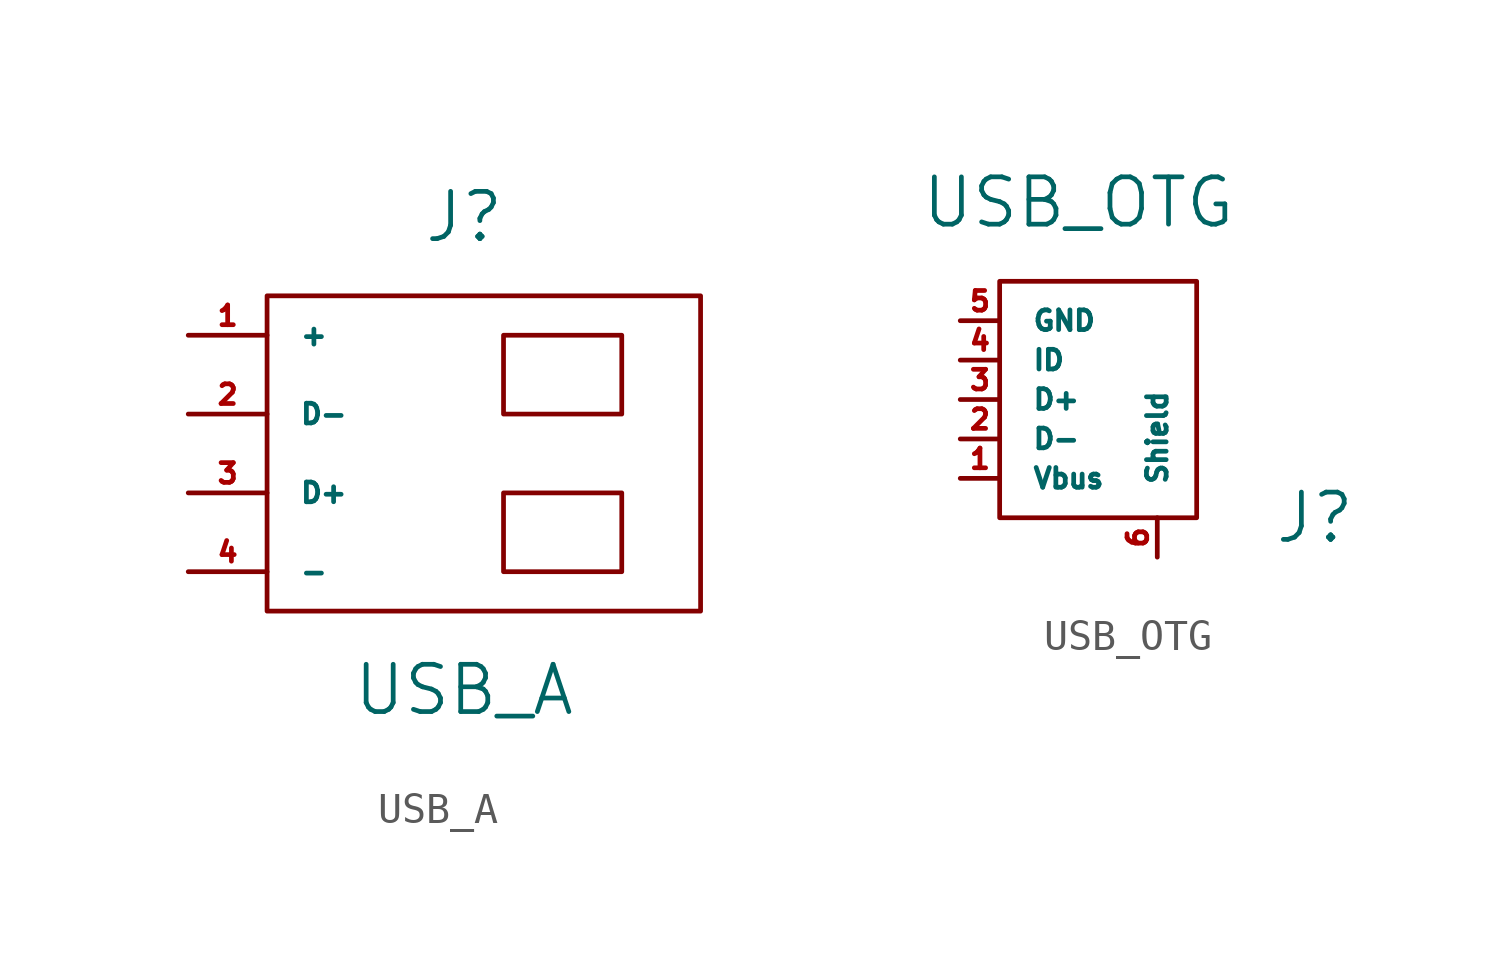
<source format=kicad_sym>
(kicad_symbol_lib
  (version 20211014)
  (generator kicad_symbol_editor)
  (symbol "USB_A"
    (pin_names
      (offset 1.016))
    (property "Reference" "J"
      (at 0 7.62 0)
      (effects (font (size 1.524 1.524))))
    (property "Value" "USB_A"
      (at 0 -7.62 0)
      (effects (font (size 1.524 1.524))))
    (property "Footprint" ""
      (at 0 0 0)
      (effects (font (size 1.524 1.524))))
    (property "Datasheet" ""
      (at 0 0 0)
      (effects (font (size 1.524 1.524))))
    (symbol "USB_A_0_1"
      (rectangle (start -6.35 5.08) (end 7.62 -5.08) (stroke (width 0) (type default) (color 0 0 0 0)) (fill (type none)))
      (rectangle (start 1.27 -1.27) (end 5.08 -3.81) (stroke (width 0) (type default) (color 0 0 0 0)) (fill (type none)))
      (rectangle (start 1.27 3.81) (end 5.08 1.27) (stroke (width 0) (type default) (color 0 0 0 0)) (fill (type none))))
    (symbol "USB_A_1_1"
      (pin power_out line (at -8.89 3.81 0) (length 2.54) (name "+" (effects (font (size 0.635 0.635)))) (number "1" (effects (font (size 0.635 0.635)))))
      (pin bidirectional line (at -8.89 1.27 0) (length 2.54) (name "D-" (effects (font (size 0.635 0.635)))) (number "2" (effects (font (size 0.635 0.635)))))
      (pin bidirectional line (at -8.89 -1.27 0) (length 2.54) (name "D+" (effects (font (size 0.635 0.635)))) (number "3" (effects (font (size 0.635 0.635)))))
      (pin power_out line (at -8.89 -3.81 0) (length 2.54) (name "-" (effects (font (size 0.635 0.635)))) (number "4" (effects (font (size 0.635 0.635)))))))
  (symbol "USB_OTG"
    (pin_names
      (offset 1.016))
    (property "Reference" "J"
      (at 7.62 -3.81 0)
      (effects (font (size 1.524 1.524))))
    (property "Value" "USB_OTG"
      (at 0 6.35 0)
      (effects (font (size 1.524 1.524))))
    (property "Footprint" ""
      (at 0 0 0)
      (effects (font (size 1.524 1.524))))
    (property "Datasheet" ""
      (at 0 0 0)
      (effects (font (size 1.524 1.524))))
    (symbol "USB_OTG_0_1"
      (rectangle (start -2.54 3.81) (end 3.81 -3.81) (stroke (width 0) (type default) (color 0 0 0 0)) (fill (type none))))
    (symbol "USB_OTG_1_1"
      (pin power_out line (at -3.81 -2.54 0) (length 1.27) (name "Vbus" (effects (font (size 0.635 0.635)))) (number "1" (effects (font (size 0.635 0.635)))))
      (pin bidirectional line (at -3.81 -1.27 0) (length 1.27) (name "D-" (effects (font (size 0.635 0.635)))) (number "2" (effects (font (size 0.635 0.635)))))
      (pin bidirectional line (at -3.81 0 0) (length 1.27) (name "D+" (effects (font (size 0.635 0.635)))) (number "3" (effects (font (size 0.635 0.635)))))
      (pin input line (at -3.81 1.27 0) (length 1.27) (name "ID" (effects (font (size 0.635 0.635)))) (number "4" (effects (font (size 0.635 0.635)))))
      (pin power_in line (at -3.81 2.54 0) (length 1.27) (name "GND" (effects (font (size 0.635 0.635)))) (number "5" (effects (font (size 0.635 0.635)))))
      (pin power_in line (at 2.54 -5.08 90) (length 1.27) (name "Shield" (effects (font (size 0.635 0.635)))) (number "6" (effects (font (size 0.635 0.635))))))))
</source>
